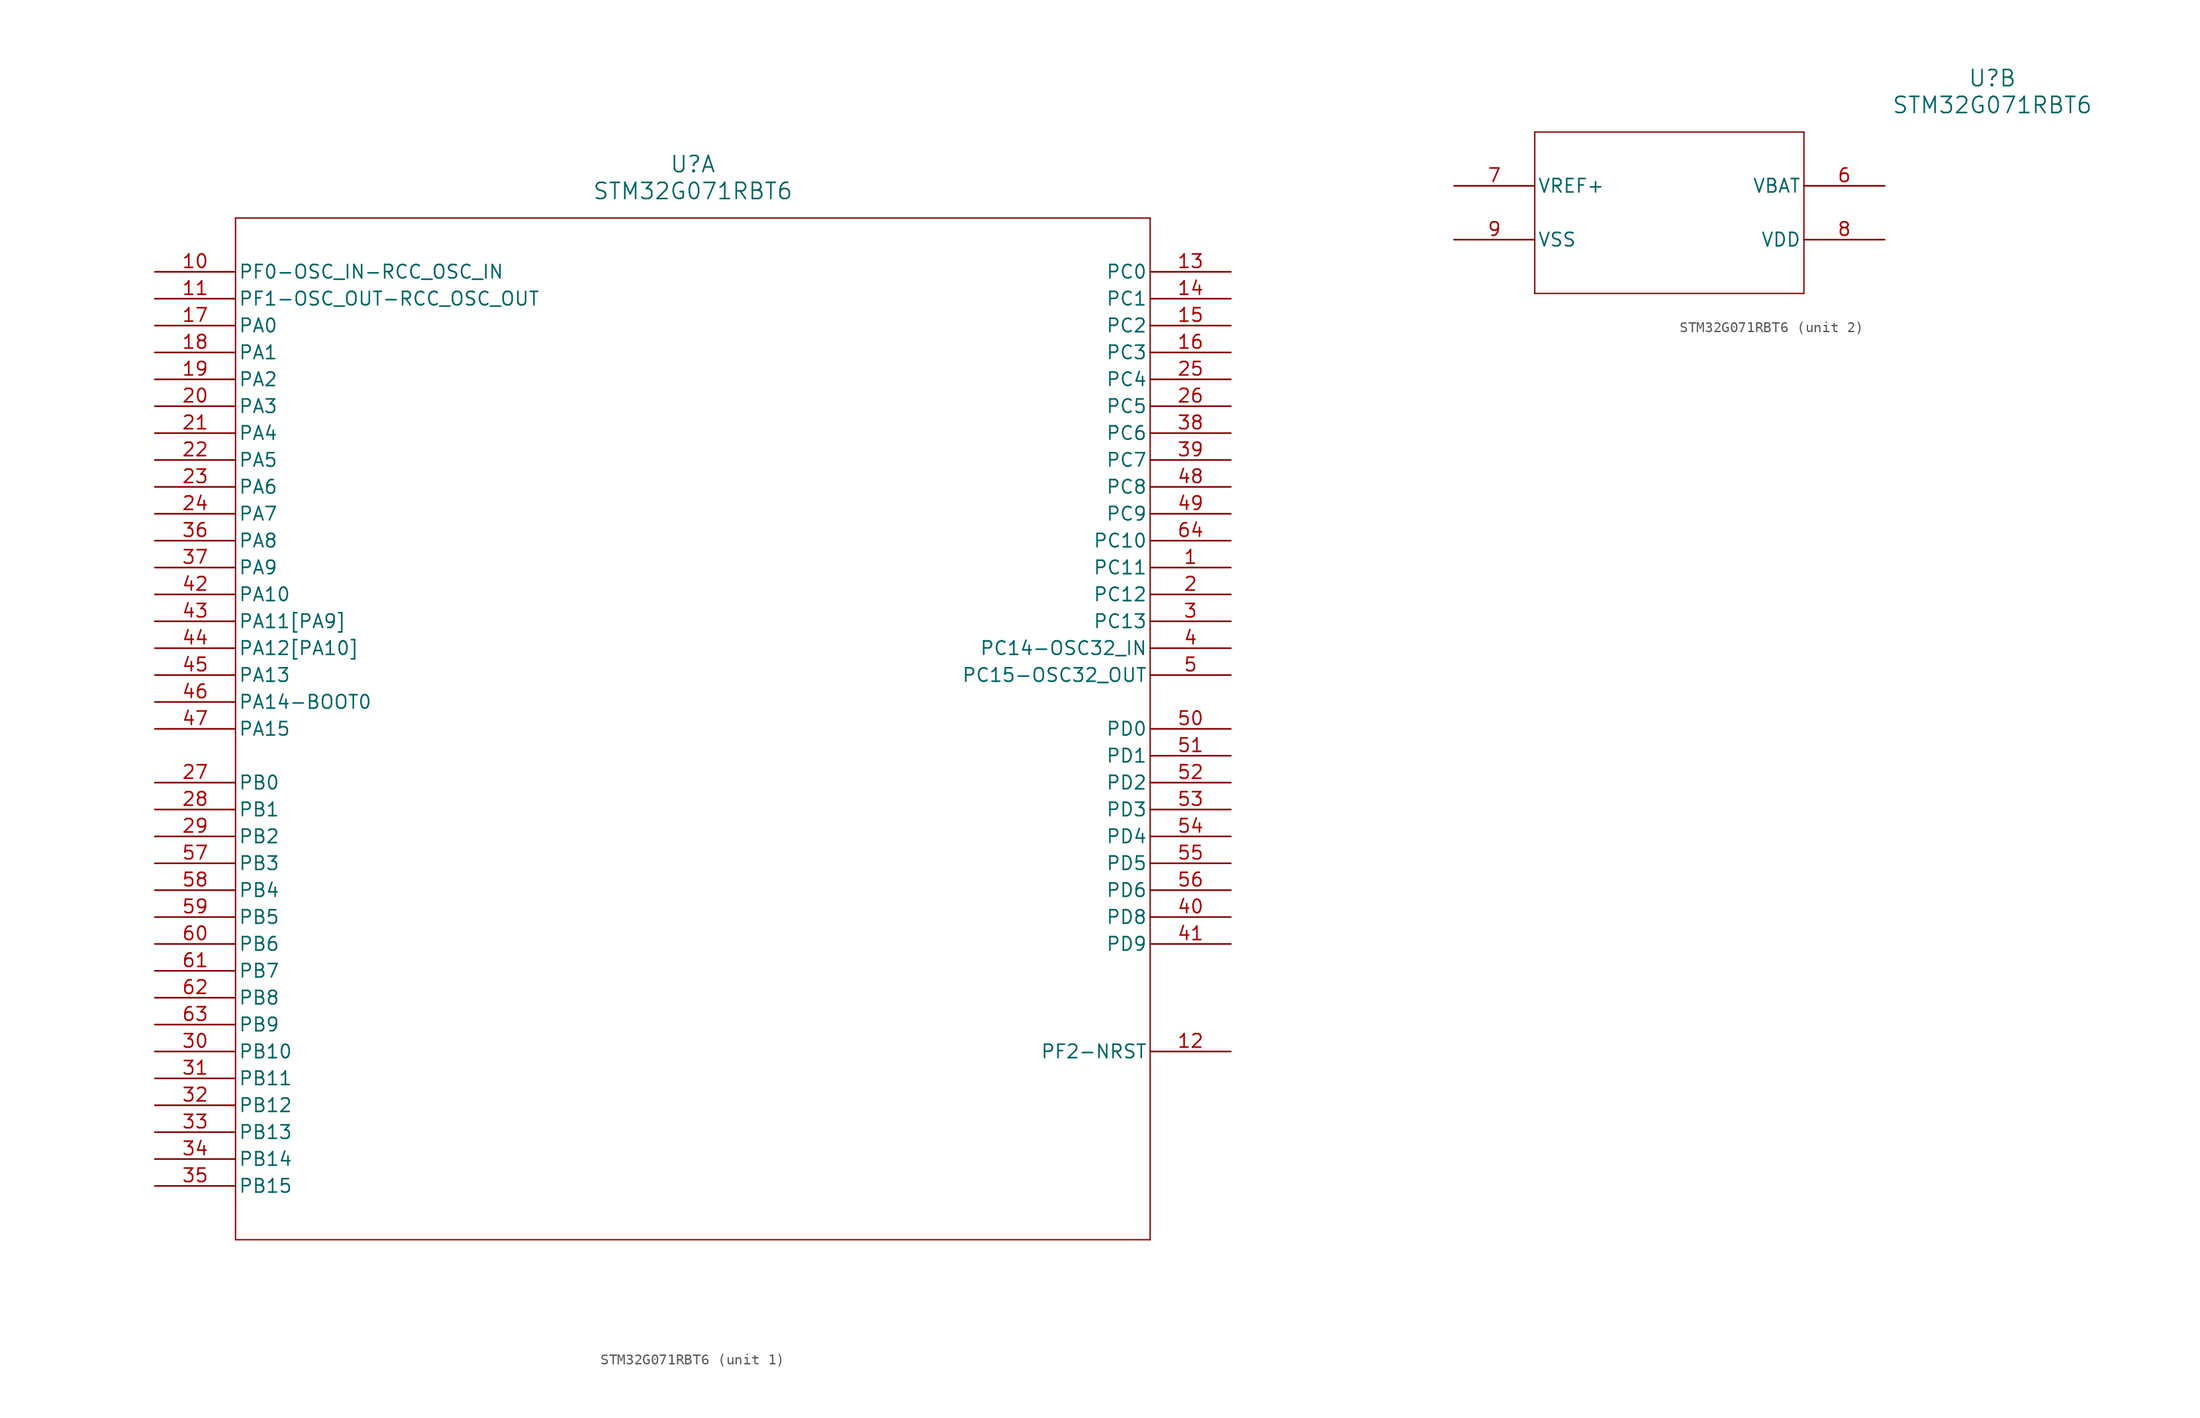
<source format=kicad_sym>
(kicad_symbol_lib
  (version 20211014)
  (generator kicad_symbol_editor)
  (symbol "STM32G071RBT6"
    (pin_names
      (offset 0.254))
    (property "Reference" "U"
      (at 50.8 10.16 0)
      (effects (font (size 1.524 1.524))))
    (property "Value" "STM32G071RBT6"
      (at 50.8 7.62 0)
      (effects (font (size 1.524 1.524))))
    (symbol "STM32G071RBT6_1_1"
      (polyline (pts (xy 7.62 5.08) (xy 7.62 -91.44)) (stroke (width 0.127) (type default) (color 0 0 0 0)) (fill (type none)))
      (polyline (pts (xy 7.62 -91.44) (xy 93.98 -91.44)) (stroke (width 0.127) (type default) (color 0 0 0 0)) (fill (type none)))
      (polyline (pts (xy 93.98 -91.44) (xy 93.98 5.08)) (stroke (width 0.127) (type default) (color 0 0 0 0)) (fill (type none)))
      (polyline (pts (xy 93.98 5.08) (xy 7.62 5.08)) (stroke (width 0.127) (type default) (color 0 0 0 0)) (fill (type none)))
      (pin bidirectional line (at 101.6 -27.94 180) (length 7.62) (name "PC11" (effects (font (size 1.27 1.27)))) (number "1" (effects (font (size 1.27 1.27)))))
      (pin bidirectional line (at 101.6 -30.48 180) (length 7.62) (name "PC12" (effects (font (size 1.27 1.27)))) (number "2" (effects (font (size 1.27 1.27)))))
      (pin bidirectional line (at 101.6 -33.02 180) (length 7.62) (name "PC13" (effects (font (size 1.27 1.27)))) (number "3" (effects (font (size 1.27 1.27)))))
      (pin bidirectional line (at 101.6 -35.56 180) (length 7.62) (name "PC14-OSC32_IN" (effects (font (size 1.27 1.27)))) (number "4" (effects (font (size 1.27 1.27)))))
      (pin bidirectional line (at 101.6 -38.1 180) (length 7.62) (name "PC15-OSC32_OUT" (effects (font (size 1.27 1.27)))) (number "5" (effects (font (size 1.27 1.27)))))
      (pin unspecified line (at 0 0 0) (length 7.62) (name "PF0-OSC_IN-RCC_OSC_IN" (effects (font (size 1.27 1.27)))) (number "10" (effects (font (size 1.27 1.27)))))
      (pin unspecified line (at 0 -2.54 0) (length 7.62) (name "PF1-OSC_OUT-RCC_OSC_OUT" (effects (font (size 1.27 1.27)))) (number "11" (effects (font (size 1.27 1.27)))))
      (pin bidirectional line (at 101.6 -73.66 180) (length 7.62) (name "PF2-NRST" (effects (font (size 1.27 1.27)))) (number "12" (effects (font (size 1.27 1.27)))))
      (pin bidirectional line (at 101.6 0 180) (length 7.62) (name "PC0" (effects (font (size 1.27 1.27)))) (number "13" (effects (font (size 1.27 1.27)))))
      (pin bidirectional line (at 101.6 -2.54 180) (length 7.62) (name "PC1" (effects (font (size 1.27 1.27)))) (number "14" (effects (font (size 1.27 1.27)))))
      (pin bidirectional line (at 101.6 -5.08 180) (length 7.62) (name "PC2" (effects (font (size 1.27 1.27)))) (number "15" (effects (font (size 1.27 1.27)))))
      (pin bidirectional line (at 101.6 -7.62 180) (length 7.62) (name "PC3" (effects (font (size 1.27 1.27)))) (number "16" (effects (font (size 1.27 1.27)))))
      (pin bidirectional line (at 0 -5.08 0) (length 7.62) (name "PA0" (effects (font (size 1.27 1.27)))) (number "17" (effects (font (size 1.27 1.27)))))
      (pin bidirectional line (at 0 -7.62 0) (length 7.62) (name "PA1" (effects (font (size 1.27 1.27)))) (number "18" (effects (font (size 1.27 1.27)))))
      (pin bidirectional line (at 0 -10.16 0) (length 7.62) (name "PA2" (effects (font (size 1.27 1.27)))) (number "19" (effects (font (size 1.27 1.27)))))
      (pin bidirectional line (at 0 -12.7 0) (length 7.62) (name "PA3" (effects (font (size 1.27 1.27)))) (number "20" (effects (font (size 1.27 1.27)))))
      (pin bidirectional line (at 0 -15.24 0) (length 7.62) (name "PA4" (effects (font (size 1.27 1.27)))) (number "21" (effects (font (size 1.27 1.27)))))
      (pin bidirectional line (at 0 -17.78 0) (length 7.62) (name "PA5" (effects (font (size 1.27 1.27)))) (number "22" (effects (font (size 1.27 1.27)))))
      (pin bidirectional line (at 0 -20.32 0) (length 7.62) (name "PA6" (effects (font (size 1.27 1.27)))) (number "23" (effects (font (size 1.27 1.27)))))
      (pin bidirectional line (at 0 -22.86 0) (length 7.62) (name "PA7" (effects (font (size 1.27 1.27)))) (number "24" (effects (font (size 1.27 1.27)))))
      (pin bidirectional line (at 101.6 -10.16 180) (length 7.62) (name "PC4" (effects (font (size 1.27 1.27)))) (number "25" (effects (font (size 1.27 1.27)))))
      (pin bidirectional line (at 101.6 -12.7 180) (length 7.62) (name "PC5" (effects (font (size 1.27 1.27)))) (number "26" (effects (font (size 1.27 1.27)))))
      (pin bidirectional line (at 0 -48.26 0) (length 7.62) (name "PB0" (effects (font (size 1.27 1.27)))) (number "27" (effects (font (size 1.27 1.27)))))
      (pin bidirectional line (at 0 -50.8 0) (length 7.62) (name "PB1" (effects (font (size 1.27 1.27)))) (number "28" (effects (font (size 1.27 1.27)))))
      (pin bidirectional line (at 0 -53.34 0) (length 7.62) (name "PB2" (effects (font (size 1.27 1.27)))) (number "29" (effects (font (size 1.27 1.27)))))
      (pin bidirectional line (at 0 -73.66 0) (length 7.62) (name "PB10" (effects (font (size 1.27 1.27)))) (number "30" (effects (font (size 1.27 1.27)))))
      (pin bidirectional line (at 0 -76.2 0) (length 7.62) (name "PB11" (effects (font (size 1.27 1.27)))) (number "31" (effects (font (size 1.27 1.27)))))
      (pin bidirectional line (at 0 -78.74 0) (length 7.62) (name "PB12" (effects (font (size 1.27 1.27)))) (number "32" (effects (font (size 1.27 1.27)))))
      (pin bidirectional line (at 0 -81.28 0) (length 7.62) (name "PB13" (effects (font (size 1.27 1.27)))) (number "33" (effects (font (size 1.27 1.27)))))
      (pin bidirectional line (at 0 -83.82 0) (length 7.62) (name "PB14" (effects (font (size 1.27 1.27)))) (number "34" (effects (font (size 1.27 1.27)))))
      (pin bidirectional line (at 0 -86.36 0) (length 7.62) (name "PB15" (effects (font (size 1.27 1.27)))) (number "35" (effects (font (size 1.27 1.27)))))
      (pin bidirectional line (at 0 -25.4 0) (length 7.62) (name "PA8" (effects (font (size 1.27 1.27)))) (number "36" (effects (font (size 1.27 1.27)))))
      (pin bidirectional line (at 0 -27.94 0) (length 7.62) (name "PA9" (effects (font (size 1.27 1.27)))) (number "37" (effects (font (size 1.27 1.27)))))
      (pin bidirectional line (at 101.6 -15.24 180) (length 7.62) (name "PC6" (effects (font (size 1.27 1.27)))) (number "38" (effects (font (size 1.27 1.27)))))
      (pin bidirectional line (at 101.6 -17.78 180) (length 7.62) (name "PC7" (effects (font (size 1.27 1.27)))) (number "39" (effects (font (size 1.27 1.27)))))
      (pin bidirectional line (at 101.6 -60.96 180) (length 7.62) (name "PD8" (effects (font (size 1.27 1.27)))) (number "40" (effects (font (size 1.27 1.27)))))
      (pin bidirectional line (at 101.6 -63.5 180) (length 7.62) (name "PD9" (effects (font (size 1.27 1.27)))) (number "41" (effects (font (size 1.27 1.27)))))
      (pin bidirectional line (at 0 -30.48 0) (length 7.62) (name "PA10" (effects (font (size 1.27 1.27)))) (number "42" (effects (font (size 1.27 1.27)))))
      (pin bidirectional line (at 0 -33.02 0) (length 7.62) (name "PA11[PA9]" (effects (font (size 1.27 1.27)))) (number "43" (effects (font (size 1.27 1.27)))))
      (pin bidirectional line (at 0 -35.56 0) (length 7.62) (name "PA12[PA10]" (effects (font (size 1.27 1.27)))) (number "44" (effects (font (size 1.27 1.27)))))
      (pin bidirectional line (at 0 -38.1 0) (length 7.62) (name "PA13" (effects (font (size 1.27 1.27)))) (number "45" (effects (font (size 1.27 1.27)))))
      (pin bidirectional line (at 0 -40.64 0) (length 7.62) (name "PA14-BOOT0" (effects (font (size 1.27 1.27)))) (number "46" (effects (font (size 1.27 1.27)))))
      (pin bidirectional line (at 0 -43.18 0) (length 7.62) (name "PA15" (effects (font (size 1.27 1.27)))) (number "47" (effects (font (size 1.27 1.27)))))
      (pin bidirectional line (at 101.6 -20.32 180) (length 7.62) (name "PC8" (effects (font (size 1.27 1.27)))) (number "48" (effects (font (size 1.27 1.27)))))
      (pin bidirectional line (at 101.6 -22.86 180) (length 7.62) (name "PC9" (effects (font (size 1.27 1.27)))) (number "49" (effects (font (size 1.27 1.27)))))
      (pin bidirectional line (at 101.6 -43.18 180) (length 7.62) (name "PD0" (effects (font (size 1.27 1.27)))) (number "50" (effects (font (size 1.27 1.27)))))
      (pin bidirectional line (at 101.6 -45.72 180) (length 7.62) (name "PD1" (effects (font (size 1.27 1.27)))) (number "51" (effects (font (size 1.27 1.27)))))
      (pin bidirectional line (at 101.6 -48.26 180) (length 7.62) (name "PD2" (effects (font (size 1.27 1.27)))) (number "52" (effects (font (size 1.27 1.27)))))
      (pin bidirectional line (at 101.6 -50.8 180) (length 7.62) (name "PD3" (effects (font (size 1.27 1.27)))) (number "53" (effects (font (size 1.27 1.27)))))
      (pin bidirectional line (at 101.6 -53.34 180) (length 7.62) (name "PD4" (effects (font (size 1.27 1.27)))) (number "54" (effects (font (size 1.27 1.27)))))
      (pin bidirectional line (at 101.6 -55.88 180) (length 7.62) (name "PD5" (effects (font (size 1.27 1.27)))) (number "55" (effects (font (size 1.27 1.27)))))
      (pin bidirectional line (at 101.6 -58.42 180) (length 7.62) (name "PD6" (effects (font (size 1.27 1.27)))) (number "56" (effects (font (size 1.27 1.27)))))
      (pin bidirectional line (at 0 -55.88 0) (length 7.62) (name "PB3" (effects (font (size 1.27 1.27)))) (number "57" (effects (font (size 1.27 1.27)))))
      (pin bidirectional line (at 0 -58.42 0) (length 7.62) (name "PB4" (effects (font (size 1.27 1.27)))) (number "58" (effects (font (size 1.27 1.27)))))
      (pin bidirectional line (at 0 -60.96 0) (length 7.62) (name "PB5" (effects (font (size 1.27 1.27)))) (number "59" (effects (font (size 1.27 1.27)))))
      (pin bidirectional line (at 0 -63.5 0) (length 7.62) (name "PB6" (effects (font (size 1.27 1.27)))) (number "60" (effects (font (size 1.27 1.27)))))
      (pin bidirectional line (at 0 -66.04 0) (length 7.62) (name "PB7" (effects (font (size 1.27 1.27)))) (number "61" (effects (font (size 1.27 1.27)))))
      (pin bidirectional line (at 0 -68.58 0) (length 7.62) (name "PB8" (effects (font (size 1.27 1.27)))) (number "62" (effects (font (size 1.27 1.27)))))
      (pin bidirectional line (at 0 -71.12 0) (length 7.62) (name "PB9" (effects (font (size 1.27 1.27)))) (number "63" (effects (font (size 1.27 1.27)))))
      (pin bidirectional line (at 101.6 -25.4 180) (length 7.62) (name "PC10" (effects (font (size 1.27 1.27)))) (number "64" (effects (font (size 1.27 1.27))))))
    (symbol "STM32G071RBT6_2_1"
      (polyline (pts (xy 7.62 5.08) (xy 7.62 -10.16)) (stroke (width 0.127) (type default) (color 0 0 0 0)) (fill (type none)))
      (polyline (pts (xy 7.62 -10.16) (xy 33.02 -10.16)) (stroke (width 0.127) (type default) (color 0 0 0 0)) (fill (type none)))
      (polyline (pts (xy 33.02 -10.16) (xy 33.02 5.08)) (stroke (width 0.127) (type default) (color 0 0 0 0)) (fill (type none)))
      (polyline (pts (xy 33.02 5.08) (xy 7.62 5.08)) (stroke (width 0.127) (type default) (color 0 0 0 0)) (fill (type none)))
      (pin power_in line (at 40.64 0 180) (length 7.62) (name "VBAT" (effects (font (size 1.27 1.27)))) (number "6" (effects (font (size 1.27 1.27)))))
      (pin power_in line (at 0 0 0) (length 7.62) (name "VREF+" (effects (font (size 1.27 1.27)))) (number "7" (effects (font (size 1.27 1.27)))))
      (pin power_in line (at 40.64 -5.08 180) (length 7.62) (name "VDD" (effects (font (size 1.27 1.27)))) (number "8" (effects (font (size 1.27 1.27)))))
      (pin power_in line (at 0 -5.08 0) (length 7.62) (name "VSS" (effects (font (size 1.27 1.27)))) (number "9" (effects (font (size 1.27 1.27))))))))
</source>
